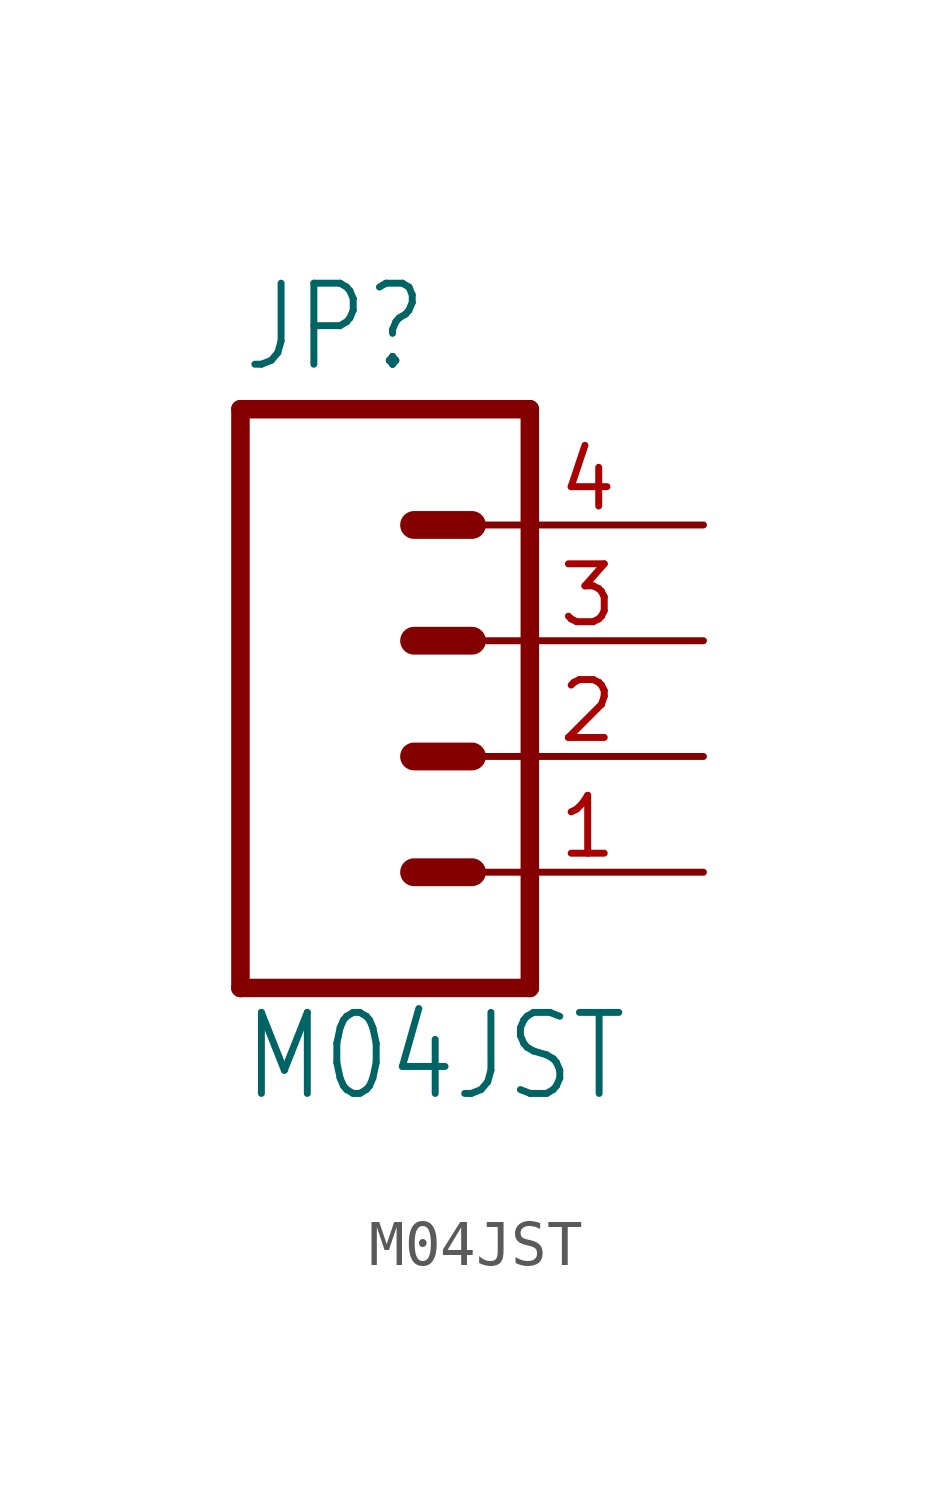
<source format=kicad_sym>
(kicad_symbol_lib
  (version 20211014)
  (generator kicad_symbol_editor)
  (symbol "M04JST"
    (property "Reference" "JP"
      (at -5.08 8.382 0)
      (effects (font (size 1.778 1.511)) (justify left bottom)))
    (property "Value" "M04JST"
      (at -5.08 -7.62 0)
      (effects (font (size 1.778 1.511)) (justify left bottom)))
    (property "ki_locked" ""
      (at 0 0 0)
      (effects (font (size 1.27 1.27))))
    (symbol "M04JST_1_0"
      (polyline (pts (xy -5.08 7.62) (xy -5.08 -5.08)) (stroke (width 0.406) (type default) (color 0 0 0 0)) (fill (type none)))
      (polyline (pts (xy -5.08 7.62) (xy 1.27 7.62)) (stroke (width 0.406) (type default) (color 0 0 0 0)) (fill (type none)))
      (polyline (pts (xy -1.27 -2.54) (xy 0 -2.54)) (stroke (width 0.61) (type default) (color 0 0 0 0)) (fill (type none)))
      (polyline (pts (xy -1.27 0) (xy 0 0)) (stroke (width 0.61) (type default) (color 0 0 0 0)) (fill (type none)))
      (polyline (pts (xy -1.27 2.54) (xy 0 2.54)) (stroke (width 0.61) (type default) (color 0 0 0 0)) (fill (type none)))
      (polyline (pts (xy -1.27 5.08) (xy 0 5.08)) (stroke (width 0.61) (type default) (color 0 0 0 0)) (fill (type none)))
      (polyline (pts (xy 1.27 -5.08) (xy -5.08 -5.08)) (stroke (width 0.406) (type default) (color 0 0 0 0)) (fill (type none)))
      (polyline (pts (xy 1.27 -5.08) (xy 1.27 7.62)) (stroke (width 0.406) (type default) (color 0 0 0 0)) (fill (type none)))
      (pin passive line (at 5.08 -2.54 180) (length 5.08) (name "1" (effects (font (size 0 0)))) (number "1" (effects (font (size 1.27 1.27)))))
      (pin passive line (at 5.08 0 180) (length 5.08) (name "2" (effects (font (size 0 0)))) (number "2" (effects (font (size 1.27 1.27)))))
      (pin passive line (at 5.08 2.54 180) (length 5.08) (name "3" (effects (font (size 0 0)))) (number "3" (effects (font (size 1.27 1.27)))))
      (pin passive line (at 5.08 5.08 180) (length 5.08) (name "4" (effects (font (size 0 0)))) (number "4" (effects (font (size 1.27 1.27))))))))
</source>
